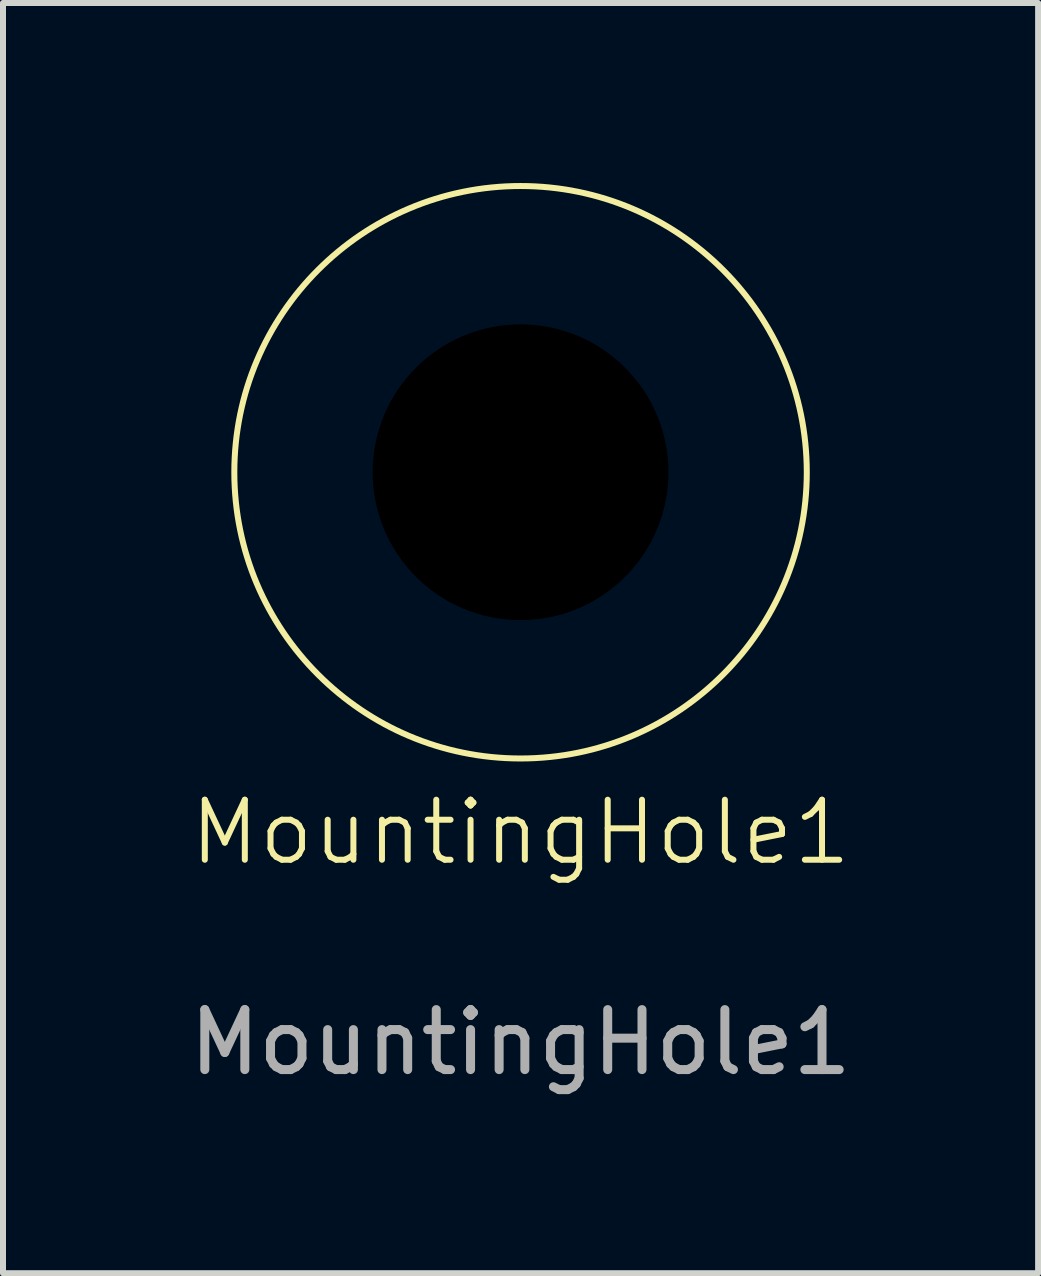
<source format=kicad_pcb>
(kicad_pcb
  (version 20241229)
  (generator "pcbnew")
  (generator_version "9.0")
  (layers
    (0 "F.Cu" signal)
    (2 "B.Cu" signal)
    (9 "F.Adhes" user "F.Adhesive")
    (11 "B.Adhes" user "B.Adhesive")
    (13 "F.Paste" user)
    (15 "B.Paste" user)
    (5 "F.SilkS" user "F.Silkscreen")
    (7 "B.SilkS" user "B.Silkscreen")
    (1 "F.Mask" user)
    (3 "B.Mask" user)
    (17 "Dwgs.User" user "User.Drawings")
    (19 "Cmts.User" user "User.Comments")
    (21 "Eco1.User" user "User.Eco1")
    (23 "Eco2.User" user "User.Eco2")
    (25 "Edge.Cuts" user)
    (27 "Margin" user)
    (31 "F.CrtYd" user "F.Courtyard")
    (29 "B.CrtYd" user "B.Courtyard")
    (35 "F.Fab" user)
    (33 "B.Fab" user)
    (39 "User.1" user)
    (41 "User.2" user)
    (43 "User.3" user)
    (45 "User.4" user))
  (footprint "MountingHole1"
    (layer "F.Cu")
    (at 5.625 4.82)
    (property "Reference" "MountingHole1" (at 0 6 0) (unlocked yes) (layer "F.SilkS") (effects (font (size 1 1) (thickness 0.1))))
    (attr smd)
    (fp_circle (center 0 0) (end 4.77 0) (stroke (width 0.1) (type solid)) (fill no) (layer "F.SilkS"))
    (fp_text user "${REFERENCE}" (at 0 9.5 0) (unlocked yes) (layer "F.Fab") (effects (font (size 1 1) (thickness 0.15))))
    (pad "" np_thru_hole circle (at 0 0) (size 4.93 4.93) (drill 4.93) (layers) (padstack (mode front_inner_back) (layer "Inner" (shape circle) (size 6 6)) (layer "B.Cu" (shape circle) (size 6 6)))))
  (gr_rect
    (start -3 -3)
    (end 14.25 18.168)
    (stroke (width 0.1) (type default))
    (fill no)
    (layer "Edge.Cuts")))
</source>
